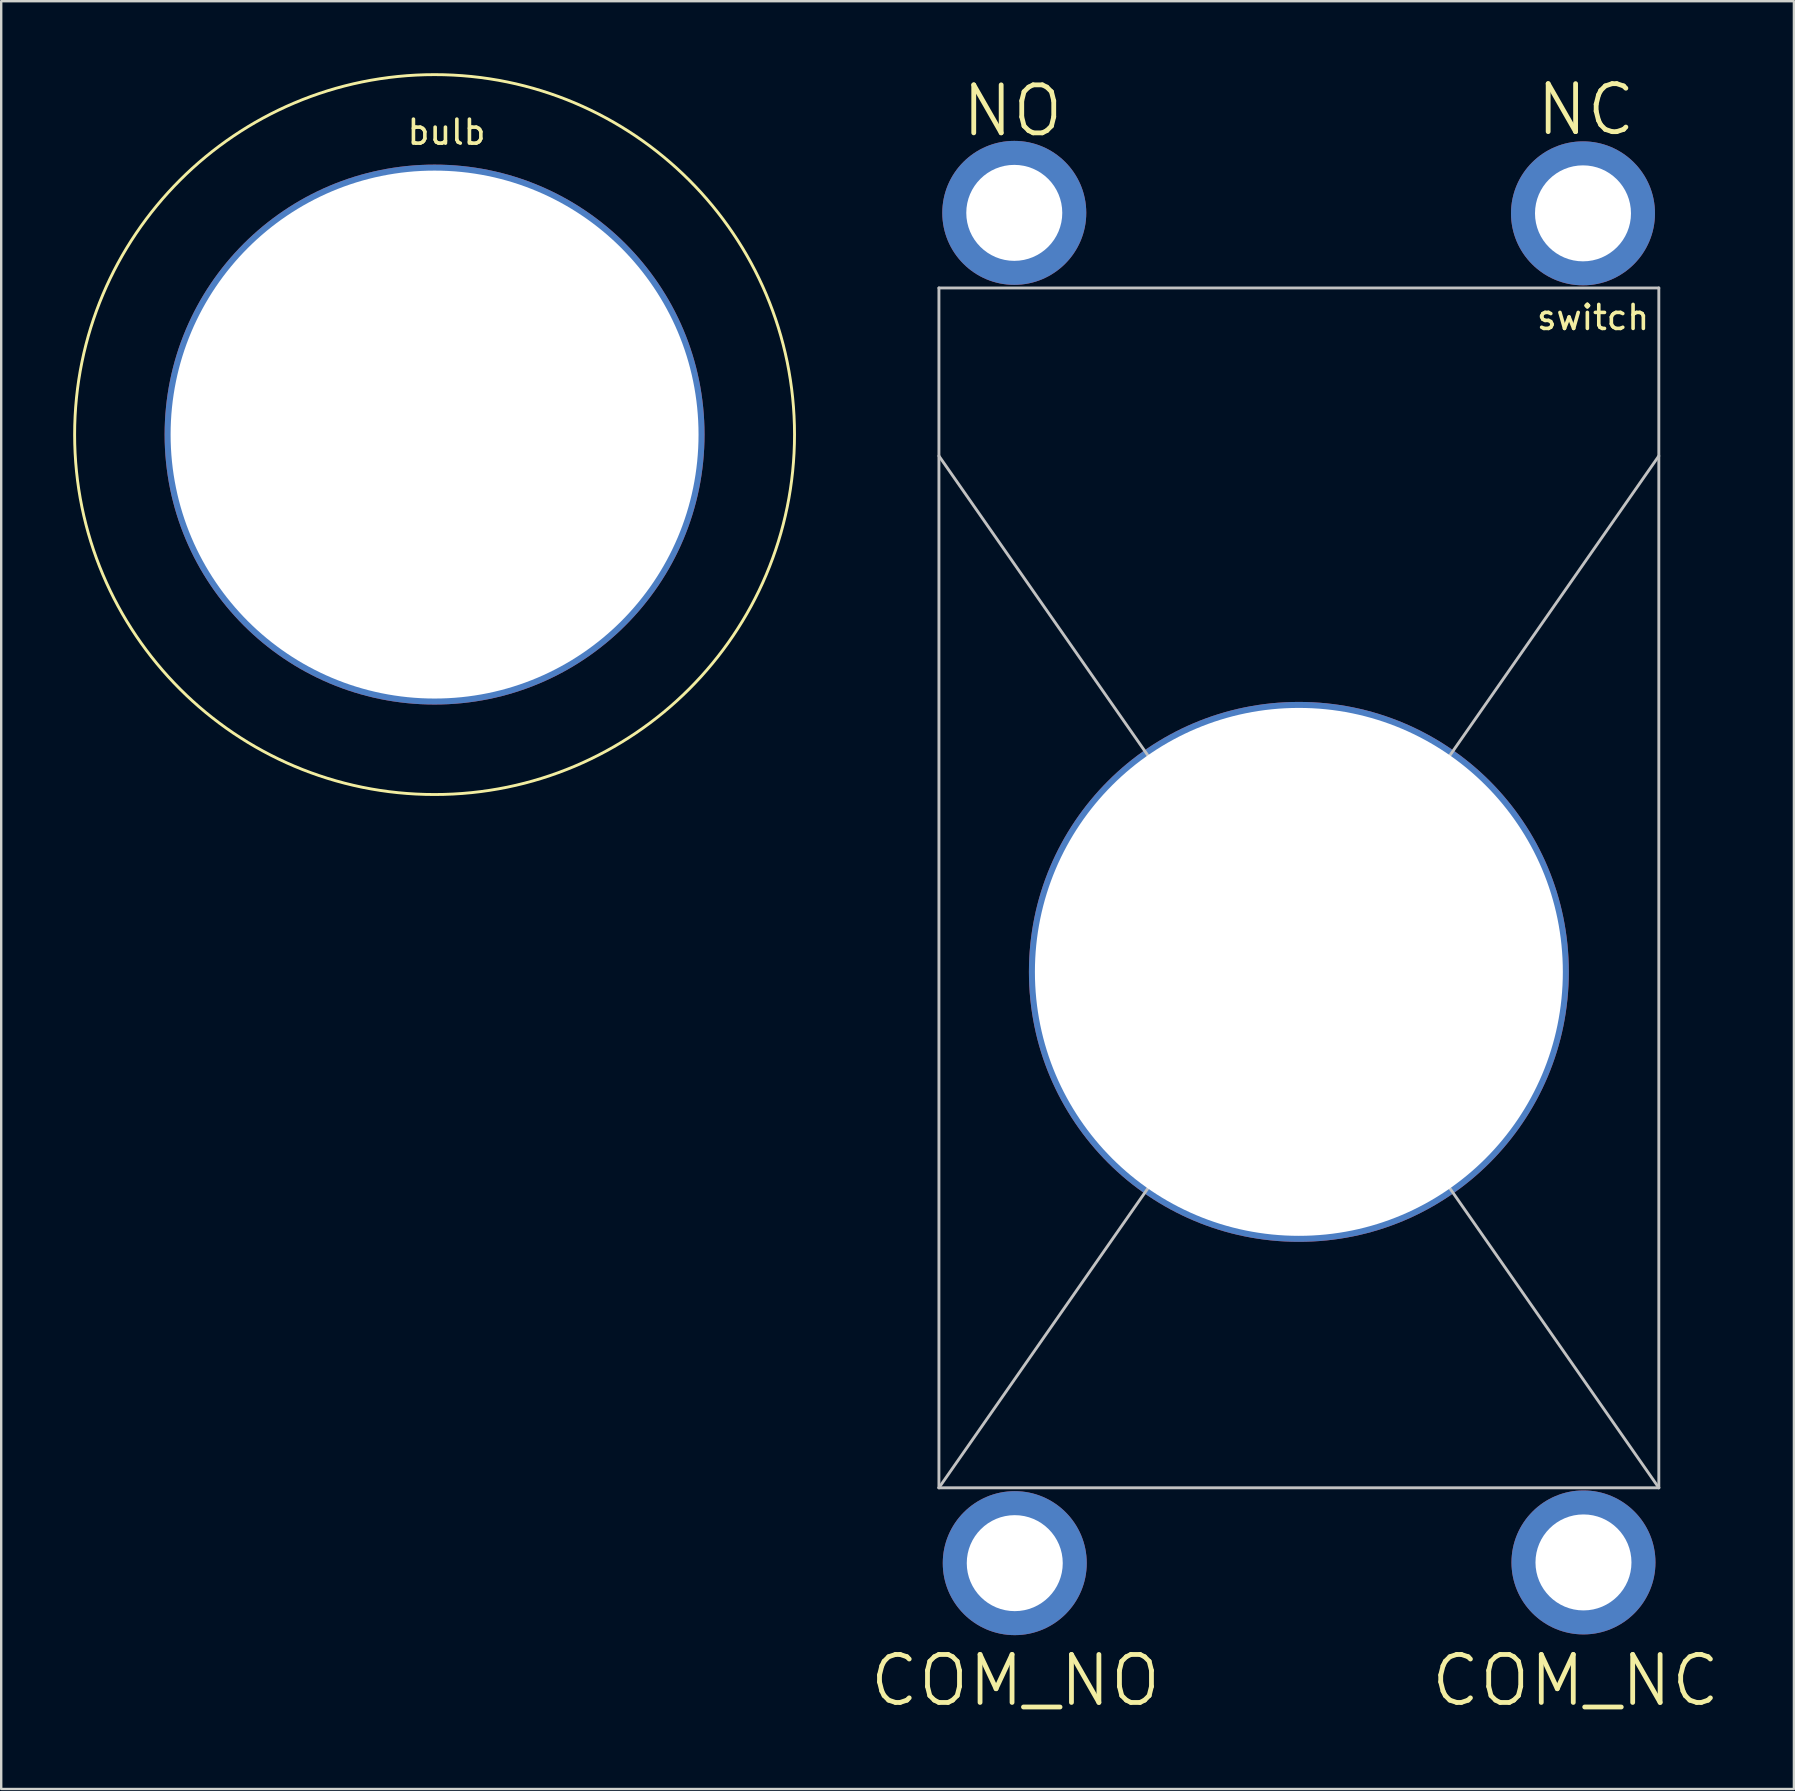
<source format=kicad_pcb>
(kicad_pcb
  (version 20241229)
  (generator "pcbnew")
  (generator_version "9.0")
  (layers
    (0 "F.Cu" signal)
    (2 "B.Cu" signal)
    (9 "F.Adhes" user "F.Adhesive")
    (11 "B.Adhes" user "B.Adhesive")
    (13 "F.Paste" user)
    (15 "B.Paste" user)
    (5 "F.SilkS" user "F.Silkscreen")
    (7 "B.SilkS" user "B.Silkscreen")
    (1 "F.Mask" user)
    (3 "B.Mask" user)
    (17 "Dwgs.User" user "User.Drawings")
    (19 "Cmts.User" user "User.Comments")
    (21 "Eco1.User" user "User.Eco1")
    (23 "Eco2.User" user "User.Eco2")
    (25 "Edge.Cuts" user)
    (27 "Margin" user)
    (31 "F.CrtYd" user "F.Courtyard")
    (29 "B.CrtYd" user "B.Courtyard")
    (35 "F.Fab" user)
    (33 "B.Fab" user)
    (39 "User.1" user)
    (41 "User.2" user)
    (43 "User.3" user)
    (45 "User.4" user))
  (footprint "switch"
    (layer "F.Cu")
    (at 51.078 33.951)
    (property "Reference" "switch" (at 12.26 -23.77 0) (layer "F.SilkS") (effects (font (size 1 1) (thickness 0.15))))
    (attr through_hole)
    (fp_line (start -15 -25) (end 15 -25) (stroke (width 0.12) (type solid)) (layer "Dwgs.User"))
    (fp_line (start -15 -18) (end 15 25) (stroke (width 0.12) (type solid)) (layer "Dwgs.User"))
    (fp_line (start -15 25) (end -15 -25) (stroke (width 0.12) (type solid)) (layer "Dwgs.User"))
    (fp_line (start -15 25) (end 15 25) (stroke (width 0.12) (type solid)) (layer "Dwgs.User"))
    (fp_line (start 15 -25) (end 15 25) (stroke (width 0.12) (type solid)) (layer "Dwgs.User"))
    (fp_line (start 15 -18) (end -15 25) (stroke (width 0.12) (type solid)) (layer "Dwgs.User"))
    (fp_text user "COM_NO" (at -11.81 33.03 0) (layer "F.SilkS") (effects (font (size 2 2) (thickness 0.2))))
    (fp_text user "NC" (at 11.96 -32.43 0) (layer "F.SilkS") (effects (font (size 2 2) (thickness 0.2))))
    (fp_text user "COM_NC" (at 11.53 33.03 0) (layer "F.SilkS") (effects (font (size 2 2) (thickness 0.2))))
    (fp_text user "NO" (at -11.93 -32.38 0) (layer "F.SilkS") (effects (font (size 2 2) (thickness 0.2))))
    (pad "" thru_hole circle (at 0 3.5) (size 22.5 22.5) (drill 22) (layers "*.Cu" "*.Mask"))
    (pad "1" thru_hole circle (at -11.84 28.14 90) (size 6 6) (drill 4) (layers "*.Cu" "*.Mask"))
    (pad "2" thru_hole circle (at -11.86 -28.13 90) (size 6 6) (drill 4) (layers "*.Cu" "*.Mask"))
    (pad "3" thru_hole circle (at 11.86 28.11 90) (size 6 6) (drill 4) (layers "*.Cu" "*.Mask"))
    (pad "4" thru_hole circle (at 11.84 -28.11 90) (size 6 6) (drill 4) (layers "*.Cu" "*.Mask")))
  (footprint "bulb"
    (layer "F.Cu")
    (at 15.06 15.06)
    (property "Reference" "bulb" (at 0.5 -12.6 0) (layer "F.SilkS") (effects (font (size 1 1) (thickness 0.15))))
    (attr through_hole)
    (fp_circle (center 0 0) (end 15 0) (stroke (width 0.12) (type solid)) (fill no) (layer "F.SilkS"))
    (pad "" thru_hole circle (at 0 0) (size 22.5 22.5) (drill 22) (layers "*.Cu" "*.Mask")))
  (gr_rect
    (start -3 -3)
    (end 71.708 71.502)
    (stroke (width 0.1) (type default))
    (fill no)
    (layer "Edge.Cuts")))
</source>
